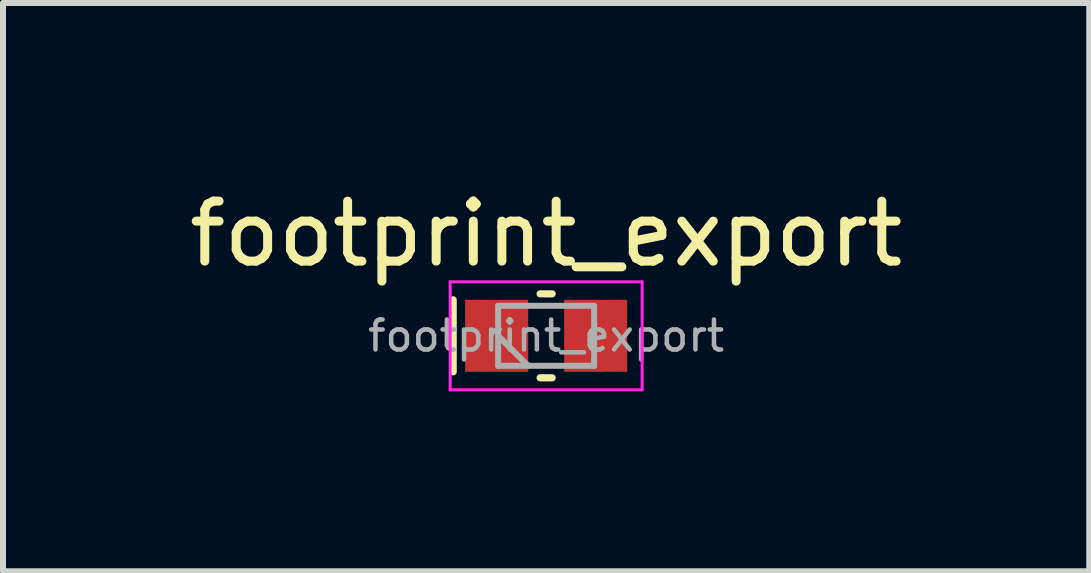
<source format=kicad_pcb>
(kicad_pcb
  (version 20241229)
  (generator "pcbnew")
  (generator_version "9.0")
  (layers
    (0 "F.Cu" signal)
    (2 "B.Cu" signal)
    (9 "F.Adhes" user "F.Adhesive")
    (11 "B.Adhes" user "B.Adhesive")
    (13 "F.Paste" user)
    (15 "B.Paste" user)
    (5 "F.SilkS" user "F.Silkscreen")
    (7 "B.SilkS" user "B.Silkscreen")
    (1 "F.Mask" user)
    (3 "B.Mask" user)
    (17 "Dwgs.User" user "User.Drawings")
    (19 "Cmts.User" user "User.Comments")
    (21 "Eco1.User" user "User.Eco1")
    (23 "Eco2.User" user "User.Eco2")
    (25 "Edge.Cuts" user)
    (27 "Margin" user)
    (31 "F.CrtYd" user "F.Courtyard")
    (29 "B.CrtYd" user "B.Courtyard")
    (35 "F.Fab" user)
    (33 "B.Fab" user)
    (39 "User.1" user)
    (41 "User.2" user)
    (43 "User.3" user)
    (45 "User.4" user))
  (footprint "footprint_export"
    (layer "F.Cu")
    (at 6.054 2.548)
    (property "Reference" "footprint_export" (at 0 -1.7 0) (layer "F.SilkS") (effects (font (size 1 1) (thickness 0.15))))
    (attr smd)
    (fp_line (start -1.55 -0.6) (end -1.55 0.6) (stroke (width 0.12) (type solid)) (layer "F.SilkS"))
    (fp_line (start -0.1 -0.7) (end 0.1 -0.7) (stroke (width 0.12) (type solid)) (layer "F.SilkS"))
    (fp_line (start -0.1 0.7) (end 0.1 0.7) (stroke (width 0.12) (type solid)) (layer "F.SilkS"))
    (fp_line (start -1.6 -0.9) (end -1.6 0.9) (stroke (width 0.05) (type solid)) (layer "F.CrtYd"))
    (fp_line (start -1.6 0.9) (end 1.6 0.9) (stroke (width 0.05) (type solid)) (layer "F.CrtYd"))
    (fp_line (start 1.6 -0.9) (end -1.6 -0.9) (stroke (width 0.05) (type solid)) (layer "F.CrtYd"))
    (fp_line (start 1.6 0.9) (end 1.6 -0.9) (stroke (width 0.05) (type solid)) (layer "F.CrtYd"))
    (fp_line (start -0.8 -0.5) (end -0.8 0.5) (stroke (width 0.1) (type solid)) (layer "F.Fab"))
    (fp_line (start -0.8 0) (end -0.3 0.5) (stroke (width 0.1) (type solid)) (layer "F.Fab"))
    (fp_line (start -0.8 0.5) (end 0.8 0.5) (stroke (width 0.1) (type solid)) (layer "F.Fab"))
    (fp_line (start 0.8 -0.5) (end -0.8 -0.5) (stroke (width 0.1) (type solid)) (layer "F.Fab"))
    (fp_line (start 0.8 0.5) (end 0.8 -0.5) (stroke (width 0.1) (type solid)) (layer "F.Fab"))
    (fp_text user "${REFERENCE}" (at 0 0 0) (layer "F.Fab") (effects (font (size 0.5 0.5) (thickness 0.075))))
    (pad "1" smd rect (at -0.825 0) (size 1.05 1.2) (layers "F.Cu" "F.Mask" "F.Paste"))
    (pad "2" smd rect (at 0.825 0) (size 1.05 1.2) (layers "F.Cu" "F.Mask" "F.Paste")))
  (gr_rect
    (start -3 -3)
    (end 15.107 6.473)
    (stroke (width 0.1) (type default))
    (fill no)
    (layer "Edge.Cuts")))
</source>
